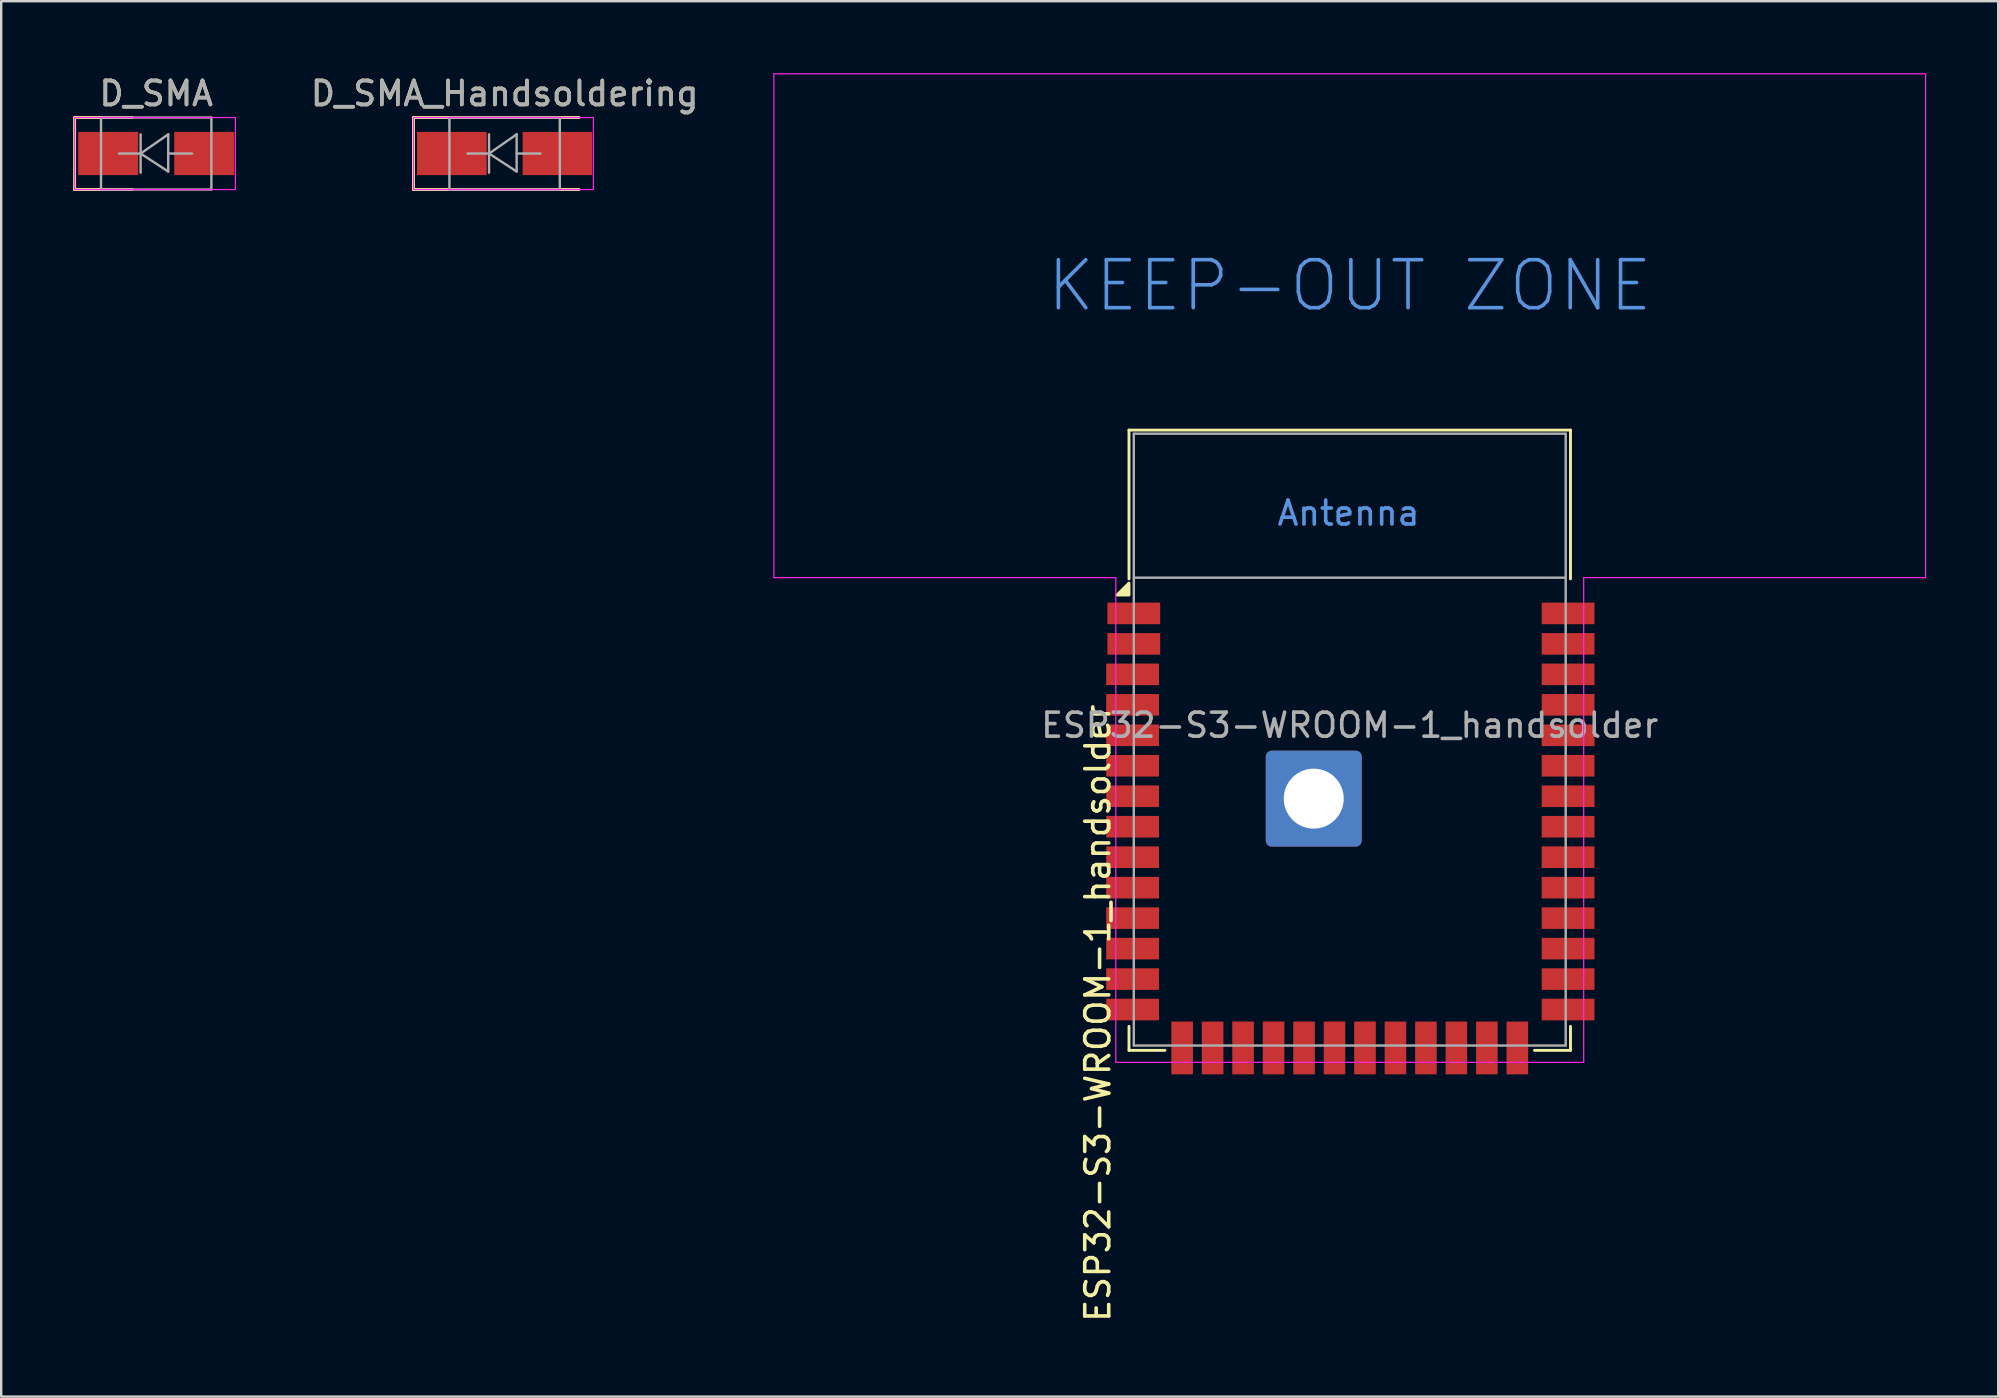
<source format=kicad_pcb>
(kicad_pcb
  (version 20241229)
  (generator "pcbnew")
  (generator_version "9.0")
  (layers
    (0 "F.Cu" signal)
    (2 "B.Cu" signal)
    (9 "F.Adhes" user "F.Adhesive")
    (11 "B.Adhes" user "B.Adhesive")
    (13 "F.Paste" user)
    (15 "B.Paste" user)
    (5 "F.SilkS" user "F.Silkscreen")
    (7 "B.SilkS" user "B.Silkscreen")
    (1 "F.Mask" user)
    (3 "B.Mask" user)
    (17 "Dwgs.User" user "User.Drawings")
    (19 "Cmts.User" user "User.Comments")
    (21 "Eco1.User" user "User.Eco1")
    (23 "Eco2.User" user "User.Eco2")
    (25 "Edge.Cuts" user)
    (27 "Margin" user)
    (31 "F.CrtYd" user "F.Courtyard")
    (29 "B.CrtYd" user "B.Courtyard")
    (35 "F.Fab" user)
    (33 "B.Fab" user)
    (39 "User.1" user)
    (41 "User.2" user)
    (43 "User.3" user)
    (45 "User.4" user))
  (footprint "ESP32-S3-WROOM-1_handsolder"
    (layer "F.Cu")
    (at 53.203 27.775)
    (property "Reference" "ESP32-S3-WROOM-1_handsolder" (at -10.5 11.4 90) (unlocked yes) (layer "F.SilkS") (effects (font (size 1 1) (thickness 0.15))))
    (attr smd)
    (fp_line (start -9.2 -12.9) (end -9.2 -6.7) (stroke (width 0.12) (type solid)) (layer "F.SilkS"))
    (fp_line (start -9.2 -12.9) (end 9.2 -12.9) (stroke (width 0.12) (type solid)) (layer "F.SilkS"))
    (fp_line (start -9.2 11.95) (end -9.2 12.95) (stroke (width 0.12) (type solid)) (layer "F.SilkS"))
    (fp_line (start -9.2 12.95) (end -7.7 12.95) (stroke (width 0.12) (type solid)) (layer "F.SilkS"))
    (fp_line (start 9.2 -12.9) (end 9.2 -6.7) (stroke (width 0.12) (type solid)) (layer "F.SilkS"))
    (fp_line (start 9.2 12.95) (end 7.7 12.95) (stroke (width 0.12) (type solid)) (layer "F.SilkS"))
    (fp_line (start 9.2 12.95) (end 9.2 11.95) (stroke (width 0.12) (type solid)) (layer "F.SilkS"))
    (fp_poly (pts (xy -9.2 -6.025) (xy -9.7 -6.025) (xy -9.2 -6.525) (xy -9.2 -6.025)) (stroke (width 0.12) (type solid)) (fill yes) (layer "F.SilkS"))
    (fp_line (start -24 -27.75) (end -24 -6.75) (stroke (width 0.05) (type solid)) (layer "F.CrtYd"))
    (fp_line (start -24 -6.75) (end -9.75 -6.75) (stroke (width 0.05) (type solid)) (layer "F.CrtYd"))
    (fp_line (start -9.75 13.45) (end -9.75 -6.75) (stroke (width 0.05) (type solid)) (layer "F.CrtYd"))
    (fp_line (start -9.75 13.45) (end 9.75 13.45) (stroke (width 0.05) (type solid)) (layer "F.CrtYd"))
    (fp_line (start 9.75 -6.75) (end 9.75 13.45) (stroke (width 0.05) (type solid)) (layer "F.CrtYd"))
    (fp_line (start 9.75 -6.75) (end 24 -6.75) (stroke (width 0.05) (type solid)) (layer "F.CrtYd"))
    (fp_line (start 24 -27.75) (end -24 -27.75) (stroke (width 0.05) (type solid)) (layer "F.CrtYd"))
    (fp_line (start 24 -6.75) (end 24 -27.75) (stroke (width 0.05) (type solid)) (layer "F.CrtYd"))
    (fp_line (start -9 -12.75) (end 9 -12.75) (stroke (width 0.1) (type solid)) (layer "F.Fab"))
    (fp_line (start -9 -6.75) (end 9 -6.75) (stroke (width 0.1) (type solid)) (layer "F.Fab"))
    (fp_line (start -9 12.75) (end -9 -12.75) (stroke (width 0.1) (type solid)) (layer "F.Fab"))
    (fp_line (start -9 12.75) (end 9 12.75) (stroke (width 0.1) (type solid)) (layer "F.Fab"))
    (fp_line (start 9 12.75) (end 9 -12.75) (stroke (width 0.1) (type solid)) (layer "F.Fab"))
    (fp_text user "Antenna" (at -0.05 -9.44 0) (layer "Cmts.User") (effects (font (size 1 1) (thickness 0.15))))
    (fp_text user "KEEP-OUT ZONE" (at 0 -18.92 0) (layer "Cmts.User") (effects (font (size 2 2) (thickness 0.15))))
    (fp_text user "${REFERENCE}" (at 0 -0.6 0) (unlocked yes) (layer "F.Fab") (effects (font (size 1 1) (thickness 0.15))))
    (pad "1" smd rect (at -9 -5.26) (size 2.2 0.9) (layers "F.Cu" "F.Mask" "F.Paste"))
    (pad "2" smd rect (at -9 -3.99) (size 2.2 0.9) (layers "F.Cu" "F.Mask" "F.Paste"))
    (pad "3" smd rect (at -9.05 -2.72) (size 2.2 0.9) (layers "F.Cu" "F.Mask" "F.Paste"))
    (pad "4" smd rect (at -9.05 -1.45) (size 2.2 0.9) (layers "F.Cu" "F.Mask" "F.Paste"))
    (pad "5" smd rect (at -9.05 -0.18) (size 2.2 0.9) (layers "F.Cu" "F.Mask" "F.Paste"))
    (pad "6" smd rect (at -9.05 1.09) (size 2.2 0.9) (layers "F.Cu" "F.Mask" "F.Paste"))
    (pad "7" smd rect (at -9.05 2.36) (size 2.2 0.9) (layers "F.Cu" "F.Mask" "F.Paste"))
    (pad "8" smd rect (at -9.05 3.63) (size 2.2 0.9) (layers "F.Cu" "F.Mask" "F.Paste"))
    (pad "9" smd rect (at -9.05 4.9) (size 2.2 0.9) (layers "F.Cu" "F.Mask" "F.Paste"))
    (pad "10" smd rect (at -9.05 6.17) (size 2.2 0.9) (layers "F.Cu" "F.Mask" "F.Paste"))
    (pad "11" smd rect (at -9.05 7.44) (size 2.2 0.9) (layers "F.Cu" "F.Mask" "F.Paste"))
    (pad "12" smd rect (at -9.05 8.71) (size 2.2 0.9) (layers "F.Cu" "F.Mask" "F.Paste"))
    (pad "13" smd rect (at -9.05 9.98) (size 2.2 0.9) (layers "F.Cu" "F.Mask" "F.Paste"))
    (pad "14" smd rect (at -9.05 11.25 180) (size 2.2 0.9) (layers "F.Cu" "F.Mask" "F.Paste"))
    (pad "15" smd rect (at -6.985 12.85 270) (size 2.2 0.9) (layers "F.Cu" "F.Mask" "F.Paste"))
    (pad "16" smd rect (at -5.715 12.85 270) (size 2.2 0.9) (layers "F.Cu" "F.Mask" "F.Paste"))
    (pad "17" smd rect (at -4.445 12.85 270) (size 2.2 0.9) (layers "F.Cu" "F.Mask" "F.Paste"))
    (pad "18" smd rect (at -3.175 12.85 270) (size 2.2 0.9) (layers "F.Cu" "F.Mask" "F.Paste"))
    (pad "19" smd rect (at -1.905 12.85 270) (size 2.2 0.9) (layers "F.Cu" "F.Mask" "F.Paste"))
    (pad "20" smd rect (at -0.635 12.85 270) (size 2.2 0.9) (layers "F.Cu" "F.Mask" "F.Paste"))
    (pad "21" smd rect (at 0.635 12.85 270) (size 2.2 0.9) (layers "F.Cu" "F.Mask" "F.Paste"))
    (pad "22" smd rect (at 1.905 12.85 270) (size 2.2 0.9) (layers "F.Cu" "F.Mask" "F.Paste"))
    (pad "23" smd rect (at 3.175 12.85 270) (size 2.2 0.9) (layers "F.Cu" "F.Mask" "F.Paste"))
    (pad "24" smd rect (at 4.445 12.85 270) (size 2.2 0.9) (layers "F.Cu" "F.Mask" "F.Paste"))
    (pad "25" smd rect (at 5.715 12.85 270) (size 2.2 0.9) (layers "F.Cu" "F.Mask" "F.Paste"))
    (pad "26" smd rect (at 6.985 12.85 270) (size 2.2 0.9) (layers "F.Cu" "F.Mask" "F.Paste"))
    (pad "27" smd rect (at 9.1 11.25) (size 2.2 0.9) (layers "F.Cu" "F.Mask" "F.Paste"))
    (pad "28" smd rect (at 9.1 9.98) (size 2.2 0.9) (layers "F.Cu" "F.Mask" "F.Paste"))
    (pad "29" smd rect (at 9.1 8.71) (size 2.2 0.9) (layers "F.Cu" "F.Mask" "F.Paste"))
    (pad "30" smd rect (at 9.1 7.44) (size 2.2 0.9) (layers "F.Cu" "F.Mask" "F.Paste"))
    (pad "31" smd rect (at 9.1 6.17) (size 2.2 0.9) (layers "F.Cu" "F.Mask" "F.Paste"))
    (pad "32" smd rect (at 9.1 4.9) (size 2.2 0.9) (layers "F.Cu" "F.Mask" "F.Paste"))
    (pad "33" smd rect (at 9.1 3.63) (size 2.2 0.9) (layers "F.Cu" "F.Mask" "F.Paste"))
    (pad "34" smd rect (at 9.1 2.36) (size 2.2 0.9) (layers "F.Cu" "F.Mask" "F.Paste"))
    (pad "35" smd rect (at 9.1 1.09) (size 2.2 0.9) (layers "F.Cu" "F.Mask" "F.Paste"))
    (pad "36" smd rect (at 9.1 -0.18) (size 2.2 0.9) (layers "F.Cu" "F.Mask" "F.Paste"))
    (pad "37" smd rect (at 9.1 -1.45) (size 2.2 0.9) (layers "F.Cu" "F.Mask" "F.Paste"))
    (pad "38" smd rect (at 9.1 -2.72) (size 2.2 0.9) (layers "F.Cu" "F.Mask" "F.Paste"))
    (pad "39" smd rect (at 9.1 -3.99) (size 2.2 0.9) (layers "F.Cu" "F.Mask" "F.Paste"))
    (pad "40" smd rect (at 9.1 -5.26) (size 2.2 0.9) (layers "F.Cu" "F.Mask" "F.Paste"))
    (pad "41" thru_hole roundrect (at -1.5 2.46 270) (size 4 4) (drill 2.5) (layers "*.Cu" "*.Mask") (roundrect_rratio 0.062))
    (zone (net_name "") (layers "F.Cu" "B.Cu") (hatch full 0.508) (connect_pads) (min_thickness 0.254) (filled_areas_thickness no) (keepout (tracks not_allowed) (vias not_allowed) (pads not_allowed) (copperpour not_allowed) (footprints not_allowed)) (placement (enabled no)) (fill) (polygon (pts (xy 29.203 21.025) (xy 77.203 21.025) (xy 77.203 0.025) (xy 29.203 0.025)))))
  (footprint "D_SMA_Handsoldering"
    (layer "F.Cu")
    (at 17.981 3.348)
    (property "Reference" "D_SMA_Handsoldering" (at 0 -2.5 0) (layer "F.SilkS") (effects (font (size 1 1) (thickness 0.15))))
    (attr smd)
    (fp_line (start -3.8 -1.5) (end -3.8 1.5) (stroke (width 0.12) (type solid)) (layer "F.SilkS"))
    (fp_line (start -3.8 -1.5) (end 3.1 -1.5) (stroke (width 0.12) (type solid)) (layer "F.SilkS"))
    (fp_line (start -3.8 1.5) (end 3.1 1.5) (stroke (width 0.12) (type solid)) (layer "F.SilkS"))
    (fp_line (start -3.8 -1.5) (end 3.7 -1.5) (stroke (width 0.05) (type solid)) (layer "F.CrtYd"))
    (fp_line (start -3.8 1.5) (end -3.8 -1.5) (stroke (width 0.05) (type solid)) (layer "F.CrtYd"))
    (fp_line (start 3.7 -1.5) (end 3.7 1.5) (stroke (width 0.05) (type solid)) (layer "F.CrtYd"))
    (fp_line (start 3.7 1.5) (end -3.8 1.5) (stroke (width 0.05) (type solid)) (layer "F.CrtYd"))
    (fp_line (start -2.3 1.5) (end -2.3 -1.5) (stroke (width 0.1) (type solid)) (layer "F.Fab"))
    (fp_line (start -0.649 -0.799) (end -0.649 0.801) (stroke (width 0.1) (type solid)) (layer "F.Fab"))
    (fp_line (start -0.649 0.001) (end -1.551 0.001) (stroke (width 0.1) (type solid)) (layer "F.Fab"))
    (fp_line (start -0.649 0.001) (end 0.501 -0.799) (stroke (width 0.1) (type solid)) (layer "F.Fab"))
    (fp_line (start -0.649 0.001) (end 0.501 0.75) (stroke (width 0.1) (type solid)) (layer "F.Fab"))
    (fp_line (start 0.501 0.001) (end 1.499 0.001) (stroke (width 0.1) (type solid)) (layer "F.Fab"))
    (fp_line (start 0.501 0.75) (end 0.501 -0.799) (stroke (width 0.1) (type solid)) (layer "F.Fab"))
    (fp_line (start 2.3 -1.5) (end -2.3 -1.5) (stroke (width 0.1) (type solid)) (layer "F.Fab"))
    (fp_line (start 2.3 -1.5) (end 2.3 1.5) (stroke (width 0.1) (type solid)) (layer "F.Fab"))
    (fp_line (start 2.3 1.5) (end -2.3 1.5) (stroke (width 0.1) (type solid)) (layer "F.Fab"))
    (fp_text user "${REFERENCE}" (at 0 -2.5 0) (layer "F.Fab") (effects (font (size 1 1) (thickness 0.15))))
    (pad "1" smd rect (at -2.2 0) (size 2.9 1.8) (layers "F.Cu" "F.Mask" "F.Paste"))
    (pad "2" smd rect (at 2.2 0) (size 2.9 1.8) (layers "F.Cu" "F.Mask" "F.Paste")))
  (footprint "D_SMA"
    (layer "F.Cu")
    (at 3.46 3.348)
    (property "Reference" "D_SMA" (at 0 -2.5 0) (layer "F.SilkS") (effects (font (size 1 1) (thickness 0.15))))
    (attr smd)
    (fp_line (start -3.4 -1.5) (end -3.4 1.5) (stroke (width 0.12) (type solid)) (layer "F.SilkS"))
    (fp_line (start -3.4 -1.5) (end -1 -1.5) (stroke (width 0.12) (type solid)) (layer "F.SilkS"))
    (fp_line (start -3.4 1.5) (end -1 1.5) (stroke (width 0.12) (type solid)) (layer "F.SilkS"))
    (fp_line (start -3.4 -1.5) (end 3.3 -1.5) (stroke (width 0.05) (type solid)) (layer "F.CrtYd"))
    (fp_line (start -3.4 1.5) (end -3.4 -1.5) (stroke (width 0.05) (type solid)) (layer "F.CrtYd"))
    (fp_line (start 3.3 -1.5) (end 3.3 1.5) (stroke (width 0.05) (type solid)) (layer "F.CrtYd"))
    (fp_line (start 3.3 1.5) (end -3.4 1.5) (stroke (width 0.05) (type solid)) (layer "F.CrtYd"))
    (fp_line (start -2.3 1.5) (end -2.3 -1.5) (stroke (width 0.1) (type solid)) (layer "F.Fab"))
    (fp_line (start -0.649 -0.799) (end -0.649 0.801) (stroke (width 0.1) (type solid)) (layer "F.Fab"))
    (fp_line (start -0.649 0.001) (end -1.551 0.001) (stroke (width 0.1) (type solid)) (layer "F.Fab"))
    (fp_line (start -0.649 0.001) (end 0.501 -0.799) (stroke (width 0.1) (type solid)) (layer "F.Fab"))
    (fp_line (start -0.649 0.001) (end 0.501 0.75) (stroke (width 0.1) (type solid)) (layer "F.Fab"))
    (fp_line (start 0.501 0.001) (end 1.499 0.001) (stroke (width 0.1) (type solid)) (layer "F.Fab"))
    (fp_line (start 0.501 0.75) (end 0.501 -0.799) (stroke (width 0.1) (type solid)) (layer "F.Fab"))
    (fp_line (start 2.3 -1.5) (end -2.3 -1.5) (stroke (width 0.1) (type solid)) (layer "F.Fab"))
    (fp_line (start 2.3 -1.5) (end 2.3 1.5) (stroke (width 0.1) (type solid)) (layer "F.Fab"))
    (fp_line (start 2.3 1.5) (end -2.3 1.5) (stroke (width 0.1) (type solid)) (layer "F.Fab"))
    (fp_text user "${REFERENCE}" (at 0 -2.5 0) (layer "F.Fab") (effects (font (size 1 1) (thickness 0.15))))
    (pad "1" smd rect (at -2 0) (size 2.5 1.8) (layers "F.Cu" "F.Mask" "F.Paste"))
    (pad "2" smd rect (at 2 0) (size 2.5 1.8) (layers "F.Cu" "F.Mask" "F.Paste")))
  (gr_rect
    (start -3 -3)
    (end 80.228 55.157)
    (stroke (width 0.1) (type default))
    (fill no)
    (layer "Edge.Cuts")))
</source>
